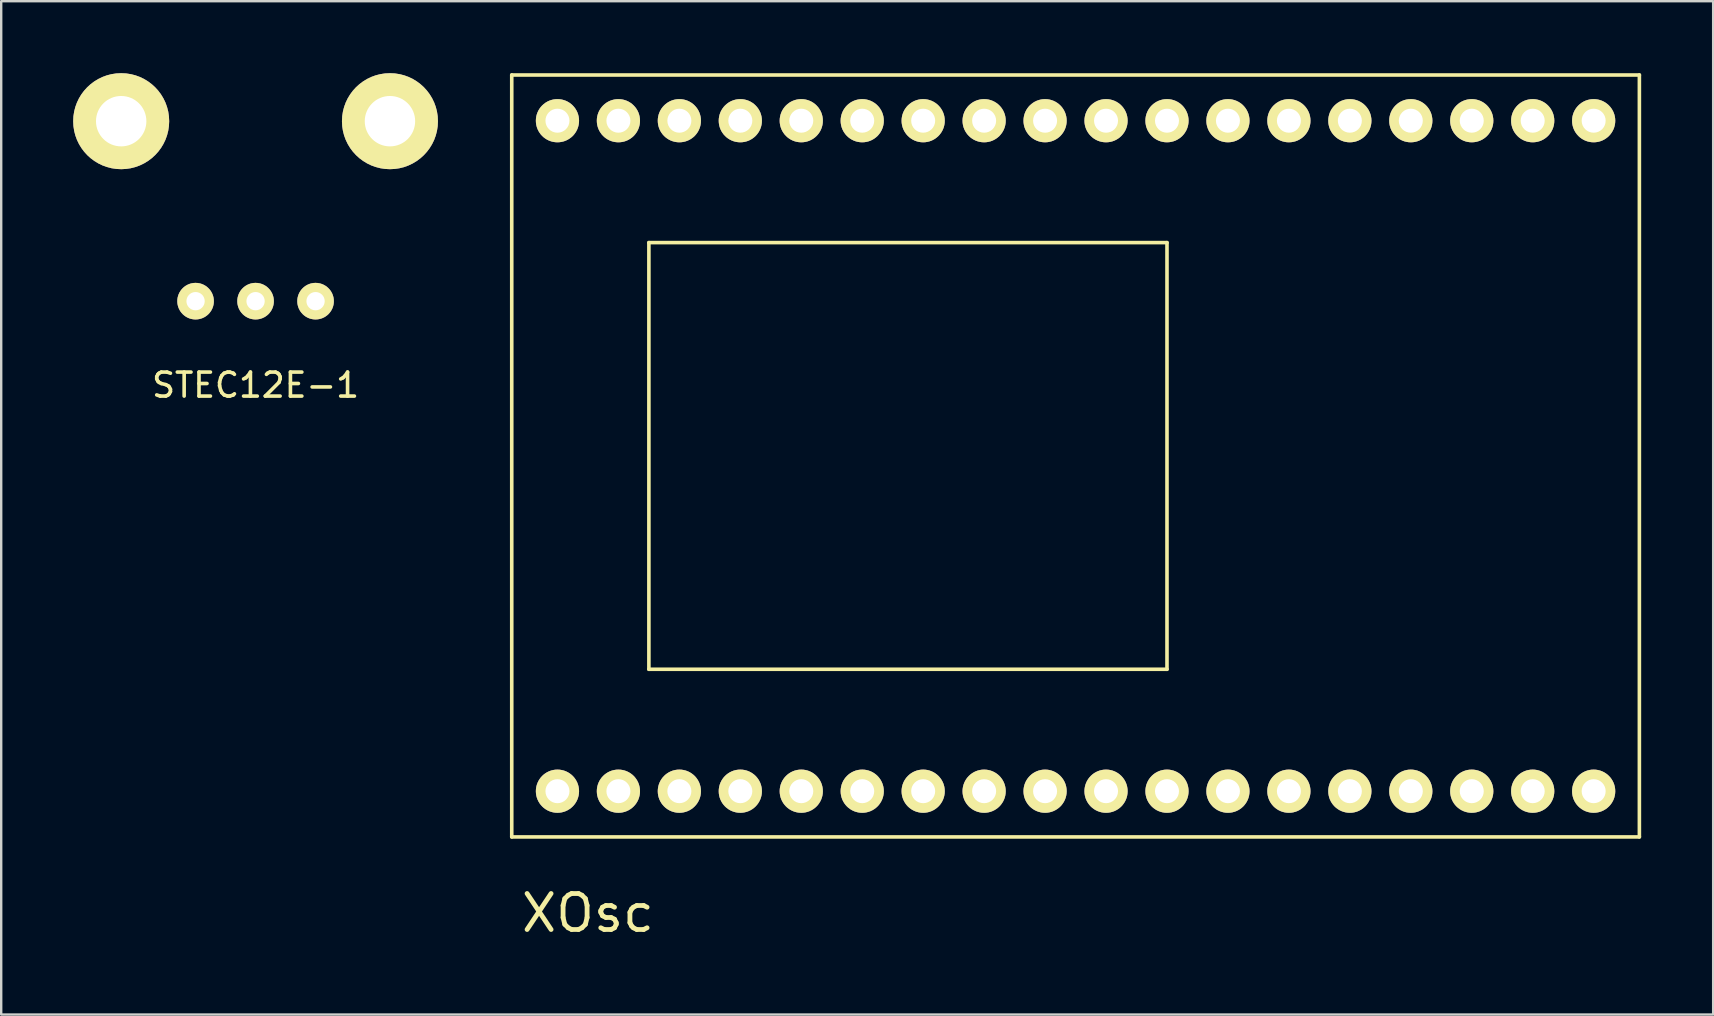
<source format=kicad_pcb>
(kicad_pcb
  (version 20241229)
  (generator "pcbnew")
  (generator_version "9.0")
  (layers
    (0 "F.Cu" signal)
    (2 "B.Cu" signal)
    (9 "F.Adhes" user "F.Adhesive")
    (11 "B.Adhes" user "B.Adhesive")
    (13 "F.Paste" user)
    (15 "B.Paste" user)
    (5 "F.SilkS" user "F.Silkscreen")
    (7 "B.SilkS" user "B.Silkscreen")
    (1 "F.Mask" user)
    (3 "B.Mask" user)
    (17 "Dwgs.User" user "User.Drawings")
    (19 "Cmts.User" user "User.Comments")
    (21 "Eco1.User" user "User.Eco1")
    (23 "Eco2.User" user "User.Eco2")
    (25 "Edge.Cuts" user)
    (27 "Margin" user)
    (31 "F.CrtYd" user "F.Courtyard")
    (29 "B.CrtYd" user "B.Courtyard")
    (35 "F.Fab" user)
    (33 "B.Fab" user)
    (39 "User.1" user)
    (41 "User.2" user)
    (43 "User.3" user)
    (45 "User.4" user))
  (footprint "XOsc"
    (layer "F.Cu")
    (at 41.77 15.95)
    (property "Reference" "XOsc" (at -20.32 19.05 0) (layer "F.SilkS") (effects (font (size 1.5 1.5) (thickness 0.2))))
    (attr through_hole)
    (fp_line (start -23.495 -15.875) (end -23.495 15.875) (stroke (width 0.15) (type solid)) (layer "F.SilkS"))
    (fp_line (start -23.495 -15.875) (end 23.495 -15.875) (stroke (width 0.15) (type solid)) (layer "F.SilkS"))
    (fp_line (start -23.495 15.875) (end 23.495 15.875) (stroke (width 0.15) (type solid)) (layer "F.SilkS"))
    (fp_line (start -17.78 -8.89) (end 3.81 -8.89) (stroke (width 0.15) (type solid)) (layer "F.SilkS"))
    (fp_line (start -17.78 8.89) (end -17.78 -8.89) (stroke (width 0.15) (type solid)) (layer "F.SilkS"))
    (fp_line (start 3.81 -8.89) (end 3.81 8.89) (stroke (width 0.15) (type solid)) (layer "F.SilkS"))
    (fp_line (start 3.81 8.89) (end -17.78 8.89) (stroke (width 0.15) (type solid)) (layer "F.SilkS"))
    (fp_line (start 23.495 15.875) (end 23.495 -15.875) (stroke (width 0.15) (type solid)) (layer "F.SilkS"))
    (pad "1" thru_hole circle (at 21.59 -13.97) (size 1.8 1.8) (drill 1) (layers "*.Cu" "*.Mask" "F.SilkS"))
    (pad "2" thru_hole circle (at 19.05 -13.97) (size 1.8 1.8) (drill 1) (layers "*.Cu" "*.Mask" "F.SilkS"))
    (pad "3" thru_hole circle (at 16.51 -13.97) (size 1.8 1.8) (drill 1) (layers "*.Cu" "*.Mask" "F.SilkS"))
    (pad "4" thru_hole circle (at 13.97 -13.97) (size 1.8 1.8) (drill 1) (layers "*.Cu" "*.Mask" "F.SilkS"))
    (pad "5" thru_hole circle (at 11.43 -13.97) (size 1.8 1.8) (drill 1) (layers "*.Cu" "*.Mask" "F.SilkS"))
    (pad "6" thru_hole circle (at 8.89 -13.97) (size 1.8 1.8) (drill 1) (layers "*.Cu" "*.Mask" "F.SilkS"))
    (pad "7" thru_hole circle (at 6.35 -13.97) (size 1.8 1.8) (drill 1) (layers "*.Cu" "*.Mask" "F.SilkS"))
    (pad "8" thru_hole circle (at 3.81 -13.97) (size 1.8 1.8) (drill 1) (layers "*.Cu" "*.Mask" "F.SilkS"))
    (pad "9" thru_hole circle (at 1.27 -13.97) (size 1.8 1.8) (drill 1) (layers "*.Cu" "*.Mask" "F.SilkS"))
    (pad "10" thru_hole circle (at -1.27 -13.97) (size 1.8 1.8) (drill 1) (layers "*.Cu" "*.Mask" "F.SilkS"))
    (pad "11" thru_hole circle (at -3.81 -13.97) (size 1.8 1.8) (drill 1) (layers "*.Cu" "*.Mask" "F.SilkS"))
    (pad "12" thru_hole circle (at -6.35 -13.97) (size 1.8 1.8) (drill 1) (layers "*.Cu" "*.Mask" "F.SilkS"))
    (pad "13" thru_hole circle (at -8.89 -13.97) (size 1.8 1.8) (drill 1) (layers "*.Cu" "*.Mask" "F.SilkS"))
    (pad "14" thru_hole circle (at -11.43 -13.97) (size 1.8 1.8) (drill 1) (layers "*.Cu" "*.Mask" "F.SilkS"))
    (pad "15" thru_hole circle (at -13.97 -13.97) (size 1.8 1.8) (drill 1) (layers "*.Cu" "*.Mask" "F.SilkS"))
    (pad "16" thru_hole circle (at -16.51 -13.97) (size 1.8 1.8) (drill 1) (layers "*.Cu" "*.Mask" "F.SilkS"))
    (pad "17" thru_hole circle (at -19.05 -13.97) (size 1.8 1.8) (drill 1) (layers "*.Cu" "*.Mask" "F.SilkS"))
    (pad "18" thru_hole circle (at -21.59 -13.97) (size 1.8 1.8) (drill 1) (layers "*.Cu" "*.Mask" "F.SilkS"))
    (pad "19" thru_hole circle (at -21.59 13.97) (size 1.8 1.8) (drill 1) (layers "*.Cu" "*.Mask" "F.SilkS"))
    (pad "20" thru_hole circle (at -19.05 13.97) (size 1.8 1.8) (drill 1) (layers "*.Cu" "*.Mask" "F.SilkS"))
    (pad "21" thru_hole circle (at -16.51 13.97) (size 1.8 1.8) (drill 1) (layers "*.Cu" "*.Mask" "F.SilkS"))
    (pad "22" thru_hole circle (at -13.97 13.97) (size 1.8 1.8) (drill 1) (layers "*.Cu" "*.Mask" "F.SilkS"))
    (pad "23" thru_hole circle (at -11.43 13.97) (size 1.8 1.8) (drill 1) (layers "*.Cu" "*.Mask" "F.SilkS"))
    (pad "24" thru_hole circle (at -8.89 13.97) (size 1.8 1.8) (drill 1) (layers "*.Cu" "*.Mask" "F.SilkS"))
    (pad "25" thru_hole circle (at -6.35 13.97) (size 1.8 1.8) (drill 1) (layers "*.Cu" "*.Mask" "F.SilkS"))
    (pad "26" thru_hole circle (at -3.81 13.97) (size 1.8 1.8) (drill 1) (layers "*.Cu" "*.Mask" "F.SilkS"))
    (pad "27" thru_hole circle (at -1.27 13.97) (size 1.8 1.8) (drill 1) (layers "*.Cu" "*.Mask" "F.SilkS"))
    (pad "28" thru_hole circle (at 1.27 13.97) (size 1.8 1.8) (drill 1) (layers "*.Cu" "*.Mask" "F.SilkS"))
    (pad "29" thru_hole circle (at 3.81 13.97) (size 1.8 1.8) (drill 1) (layers "*.Cu" "*.Mask" "F.SilkS"))
    (pad "30" thru_hole circle (at 6.35 13.97) (size 1.8 1.8) (drill 1) (layers "*.Cu" "*.Mask" "F.SilkS"))
    (pad "31" thru_hole circle (at 8.89 13.97) (size 1.8 1.8) (drill 1) (layers "*.Cu" "*.Mask" "F.SilkS"))
    (pad "32" thru_hole circle (at 11.43 13.97) (size 1.8 1.8) (drill 1) (layers "*.Cu" "*.Mask" "F.SilkS"))
    (pad "33" thru_hole circle (at 13.97 13.97) (size 1.8 1.8) (drill 1) (layers "*.Cu" "*.Mask" "F.SilkS"))
    (pad "34" thru_hole circle (at 16.51 13.97) (size 1.8 1.8) (drill 1) (layers "*.Cu" "*.Mask" "F.SilkS"))
    (pad "35" thru_hole circle (at 19.05 13.97) (size 1.8 1.8) (drill 1) (layers "*.Cu" "*.Mask" "F.SilkS"))
    (pad "36" thru_hole circle (at 21.59 13.97) (size 1.8 1.8) (drill 1) (layers "*.Cu" "*.Mask" "F.SilkS")))
  (footprint "STEC12E-1"
    (layer "F.Cu")
    (at 7.6 9.5)
    (property "Reference" "STEC12E-1" (at 0 3.5 0) (layer "F.SilkS") (effects (font (size 1 1) (thickness 0.15))))
    (attr through_hole)
    (pad "" thru_hole circle (at -5.6 -7.5) (size 4 4) (drill 2.1) (layers "*.Cu" "*.Mask" "F.SilkS"))
    (pad "" thru_hole circle (at 5.6 -7.5) (size 4 4) (drill 2.1) (layers "*.Cu" "*.Mask" "F.SilkS"))
    (pad "1" thru_hole circle (at 0 0) (size 1.524 1.524) (drill 0.762) (layers "*.Cu" "*.Mask" "F.SilkS"))
    (pad "2" thru_hole circle (at -2.5 0) (size 1.524 1.524) (drill 0.762) (layers "*.Cu" "*.Mask" "F.SilkS"))
    (pad "3" thru_hole circle (at 2.5 0) (size 1.524 1.524) (drill 0.762) (layers "*.Cu" "*.Mask" "F.SilkS")))
  (gr_rect
    (start -3 -3)
    (end 68.34 39.228)
    (stroke (width 0.1) (type default))
    (fill no)
    (layer "Edge.Cuts")))
</source>
